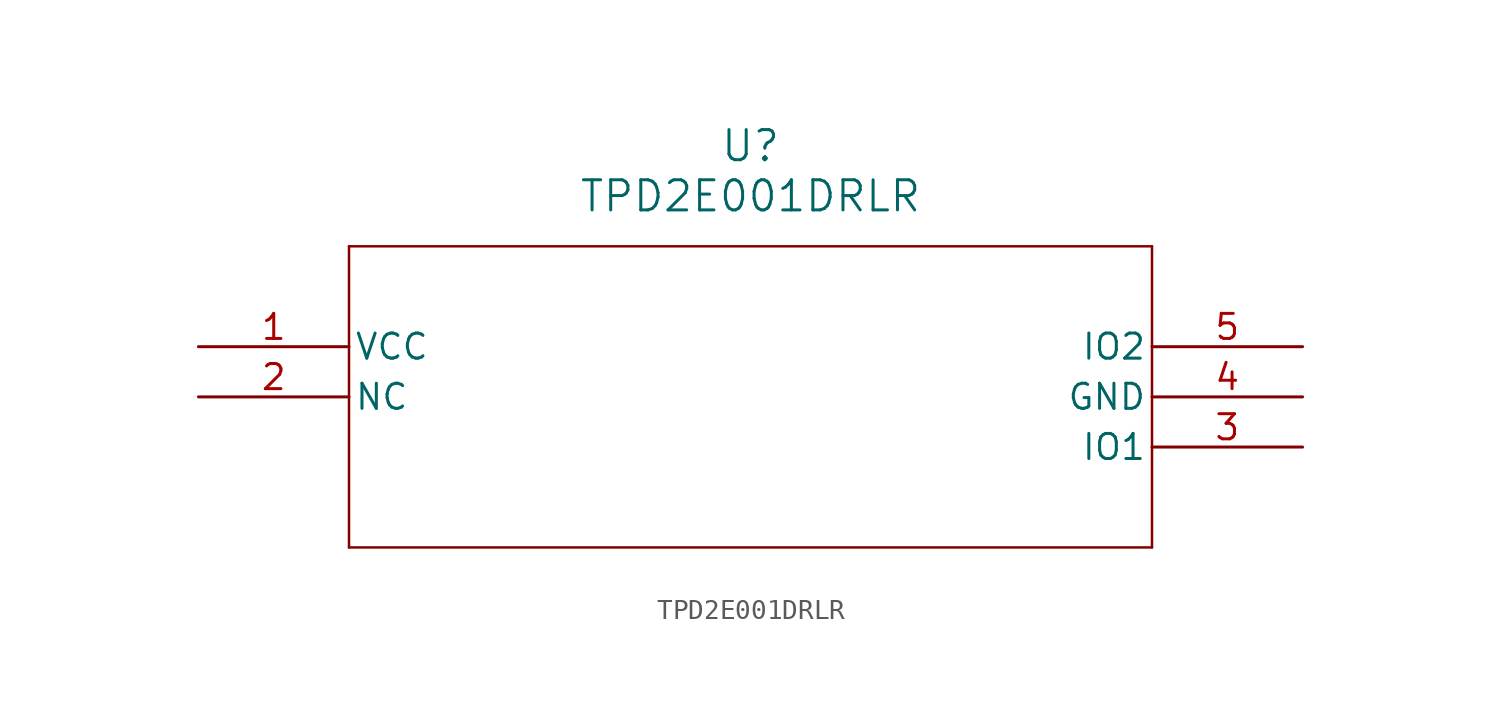
<source format=kicad_sym>
(kicad_symbol_lib
  (version 20211014)
  (generator kicad_symbol_editor)
  (symbol "TPD2E001DRLR"
    (pin_names
      (offset 0.254))
    (property "Reference" "U"
      (at 27.94 10.16 0)
      (effects (font (size 1.524 1.524))))
    (property "Value" "TPD2E001DRLR"
      (at 27.94 7.62 0)
      (effects (font (size 1.524 1.524))))
    (symbol "TPD2E001DRLR_0_1"
      (polyline (pts (xy 7.62 5.08) (xy 7.62 -10.16)) (stroke (width 0.127) (type default) (color 0 0 0 0)) (fill (type none)))
      (polyline (pts (xy 7.62 -10.16) (xy 48.26 -10.16)) (stroke (width 0.127) (type default) (color 0 0 0 0)) (fill (type none)))
      (polyline (pts (xy 48.26 -10.16) (xy 48.26 5.08)) (stroke (width 0.127) (type default) (color 0 0 0 0)) (fill (type none)))
      (polyline (pts (xy 48.26 5.08) (xy 7.62 5.08)) (stroke (width 0.127) (type default) (color 0 0 0 0)) (fill (type none)))
      (pin power_in line (at 0 0 0) (length 7.62) (name "VCC" (effects (font (size 1.27 1.27)))) (number "1" (effects (font (size 1.27 1.27)))))
      (pin unspecified line (at 0 -2.54 0) (length 7.62) (name "NC" (effects (font (size 1.27 1.27)))) (number "2" (effects (font (size 1.27 1.27)))))
      (pin bidirectional line (at 55.88 -5.08 180) (length 7.62) (name "IO1" (effects (font (size 1.27 1.27)))) (number "3" (effects (font (size 1.27 1.27)))))
      (pin power_in line (at 55.88 -2.54 180) (length 7.62) (name "GND" (effects (font (size 1.27 1.27)))) (number "4" (effects (font (size 1.27 1.27)))))
      (pin bidirectional line (at 55.88 0 180) (length 7.62) (name "IO2" (effects (font (size 1.27 1.27)))) (number "5" (effects (font (size 1.27 1.27))))))))
</source>
